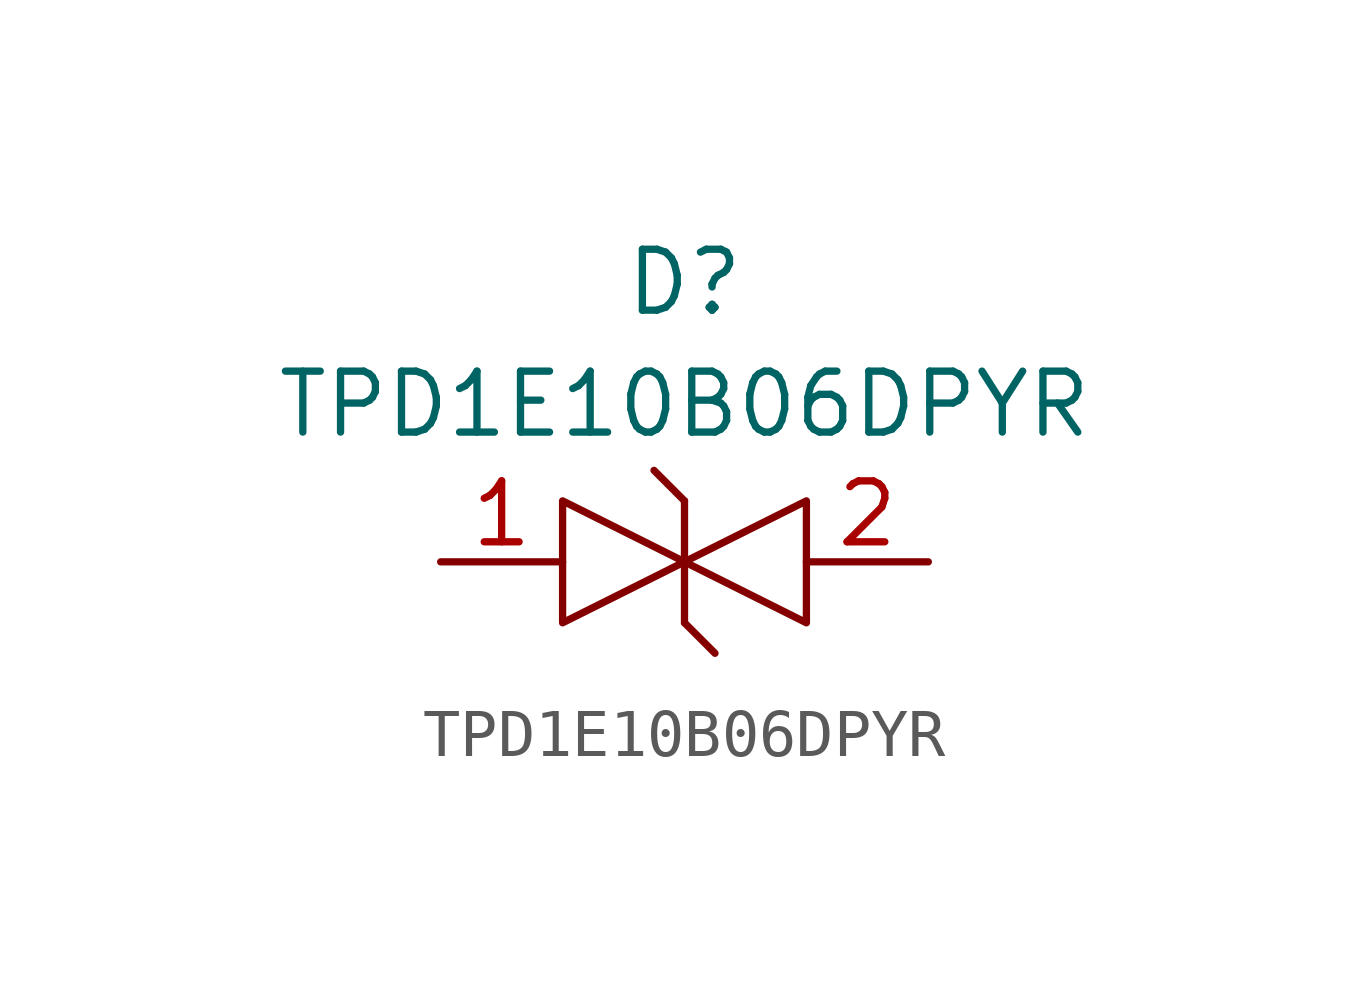
<source format=kicad_sym>
(kicad_symbol_lib
  (version 20220914)
  (generator kicad_symbol_editor)
  (symbol "TPD1E10B06DPYR"
    (pin_names hide)
    (property "Reference" "D"
      (at 0 5.08 0)
      (effects (font (size 1.27 1.27)) (justify bottom)))
    (property "Value" "TPD1E10B06DPYR"
      (at 0 2.54 0)
      (effects (font (size 1.27 1.27)) (justify bottom)))
    (symbol "TPD1E10B06DPYR_0_1"
      (polyline (pts (xy 0 -1.27) (xy 0.635 -1.905)) (stroke (width 0) (type default)) (fill (type none)))
      (polyline (pts (xy 0 1.27) (xy -0.635 1.905)) (stroke (width 0) (type default)) (fill (type none)))
      (polyline (pts (xy 0 1.27) (xy 0 -1.27)) (stroke (width 0) (type default)) (fill (type none)))
      (polyline (pts (xy -2.54 1.27) (xy 0 0) (xy -2.54 -1.27) (xy -2.54 1.27)) (stroke (width 0) (type default)) (fill (type none)))
      (polyline (pts (xy 2.54 -1.27) (xy 0 0) (xy 2.54 1.27) (xy 2.54 -1.27)) (stroke (width 0) (type default)) (fill (type none))))
    (symbol "TPD1E10B06DPYR_1_1"
      (pin passive line (at -5.08 0 0) (length 2.54) (name "1" (effects (font (size 1.27 1.27)))) (number "1" (effects (font (size 1.27 1.27)))))
      (pin passive line (at 5.08 0 180) (length 2.54) (name "2" (effects (font (size 1.27 1.27)))) (number "2" (effects (font (size 1.27 1.27))))))))
</source>
